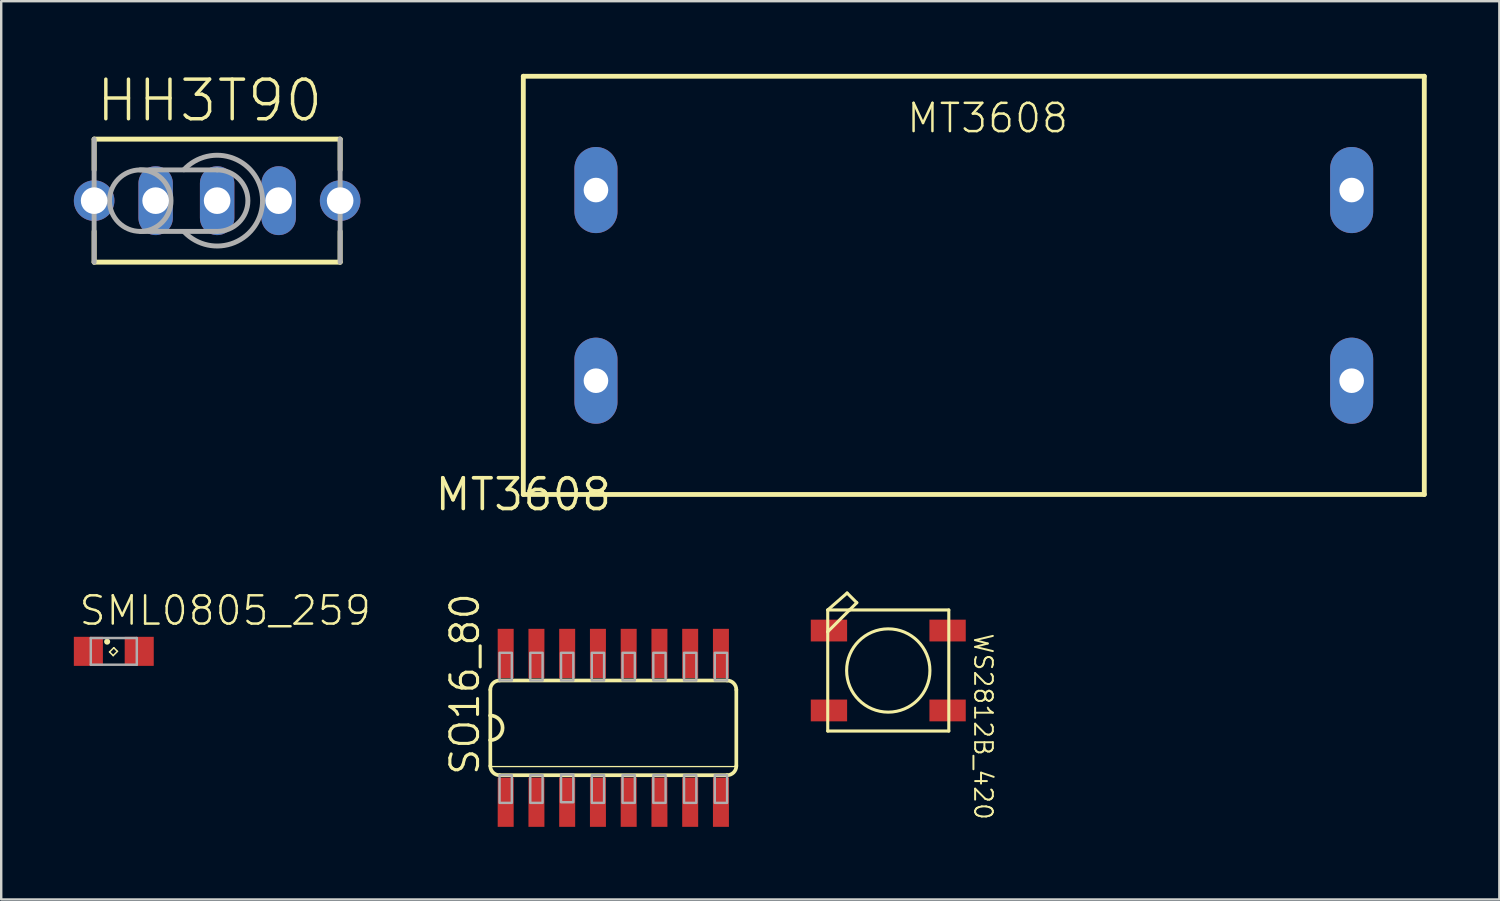
<source format=kicad_pcb>
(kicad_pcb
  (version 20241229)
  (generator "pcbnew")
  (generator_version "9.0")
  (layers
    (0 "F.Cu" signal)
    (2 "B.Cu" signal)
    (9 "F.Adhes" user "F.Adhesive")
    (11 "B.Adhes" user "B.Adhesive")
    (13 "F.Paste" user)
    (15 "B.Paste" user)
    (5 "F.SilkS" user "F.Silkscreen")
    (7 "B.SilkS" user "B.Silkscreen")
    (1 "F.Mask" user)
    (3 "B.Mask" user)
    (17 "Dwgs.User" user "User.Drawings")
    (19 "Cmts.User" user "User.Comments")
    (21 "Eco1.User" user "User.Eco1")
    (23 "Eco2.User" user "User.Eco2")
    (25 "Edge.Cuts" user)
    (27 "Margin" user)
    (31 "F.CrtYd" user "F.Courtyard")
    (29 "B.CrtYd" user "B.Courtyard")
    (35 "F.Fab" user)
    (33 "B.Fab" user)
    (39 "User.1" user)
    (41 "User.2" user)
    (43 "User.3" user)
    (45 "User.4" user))
  (footprint "HH3T90"
    (layer "F.Cu")
    (at 5.918 5.237)
    (property "Reference" "HH3T90" (at -5.08 -3.175 0) (unlocked yes) (layer "F.SilkS") (effects (font (size 1.636 1.636) (thickness 0.142)) (justify left bottom)))
    (fp_line (start -5.08 -2.54) (end 5.08 -2.54) (stroke (width 0.203) (type solid)) (layer "F.SilkS"))
    (fp_line (start -5.08 -1.27) (end -5.08 -2.54) (stroke (width 0.203) (type solid)) (layer "F.SilkS"))
    (fp_line (start -5.08 2.54) (end -5.08 1.27) (stroke (width 0.203) (type solid)) (layer "F.SilkS"))
    (fp_line (start 5.08 -2.54) (end 5.08 -1.27) (stroke (width 0.203) (type solid)) (layer "F.SilkS"))
    (fp_line (start 5.08 1.27) (end 5.08 2.54) (stroke (width 0.203) (type solid)) (layer "F.SilkS"))
    (fp_line (start 5.08 2.54) (end -5.08 2.54) (stroke (width 0.203) (type solid)) (layer "F.SilkS"))
    (fp_line (start -5.08 2.54) (end -5.08 -2.54) (stroke (width 0.203) (type solid)) (layer "F.Fab"))
    (fp_line (start -3.175 -1.27) (end 0 -1.27) (stroke (width 0.203) (type solid)) (layer "F.Fab"))
    (fp_line (start -3.175 1.27) (end 0 1.27) (stroke (width 0.203) (type solid)) (layer "F.Fab"))
    (fp_line (start 5.08 -2.54) (end 5.08 2.54) (stroke (width 0.203) (type solid)) (layer "F.Fab"))
    (fp_arc (start -1.375 -1.275) (mid 1.874583 -0.018928) (end -1.35 1.3) (stroke (width 0.2032) (type solid)) (layer "F.Fab"))
    (fp_arc (start 0 -1.27) (mid 1.27 0) (end 0 1.27) (stroke (width 0.2032) (type solid)) (layer "F.Fab"))
    (fp_circle (center -3.175 0) (end -1.905 0) (stroke (width 0.203) (type solid)) (fill no) (layer "F.Fab"))
    (pad "1" thru_hole oval (at -2.54 0 90) (size 2.845 1.422) (drill 1.1) (layers "*.Cu" "*.Mask"))
    (pad "2" thru_hole oval (at 0 0 90) (size 2.845 1.422) (drill 1.1) (layers "*.Cu" "*.Mask"))
    (pad "3" thru_hole oval (at 2.54 0 90) (size 2.845 1.422) (drill 1.1) (layers "*.Cu" "*.Mask"))
    (pad "M1" thru_hole circle (at -5.08 0 90) (size 1.676 1.676) (drill 1.1) (layers "*.Cu" "*.Mask"))
    (pad "M2" thru_hole circle (at 5.08 0 90) (size 1.676 1.676) (drill 1.1) (layers "*.Cu" "*.Mask")))
  (footprint "MT3608"
    (layer "F.Cu")
    (at 18.563 17.372)
    (property "Reference" "MT3608" (at 0 0 0) (layer "F.SilkS") (effects (font (size 1.27 1.27) (thickness 0.15))))
    (fp_line (start 0 -17.272) (end 0 0) (stroke (width 0.2) (type solid)) (layer "F.SilkS"))
    (fp_line (start 0 -17.272) (end 37.211 -17.272) (stroke (width 0.2) (type solid)) (layer "F.SilkS"))
    (fp_line (start 0 0) (end 37.211 0) (stroke (width 0.2) (type solid)) (layer "F.SilkS"))
    (fp_line (start 37.211 0) (end 37.211 -17.272) (stroke (width 0.2) (type solid)) (layer "F.SilkS"))
    (fp_text user "MT3608" (at 15.773 -14.859 0) (unlocked yes) (layer "F.SilkS") (effects (font (size 1.168 1.168) (thickness 0.102)) (justify left bottom)))
    (pad "5V" thru_hole oval (at 3 -12.573 90) (size 3.556 1.778) (drill 1.016) (layers "*.Cu" "*.Mask"))
    (pad "B+" thru_hole oval (at 34.211 -12.573 90) (size 3.556 1.778) (drill 1.016) (layers "*.Cu" "*.Mask"))
    (pad "B-" thru_hole oval (at 34.211 -4.699 90) (size 3.556 1.778) (drill 1.016) (layers "*.Cu" "*.Mask"))
    (pad "GND" thru_hole oval (at 3 -4.699 90) (size 3.556 1.778) (drill 1.016) (layers "*.Cu" "*.Mask")))
  (footprint "SML0805_259"
    (layer "F.Cu")
    (at 1.65 23.851)
    (property "Reference" "SML0805_259" (at -1.5 -1 0) (unlocked yes) (layer "F.SilkS") (effects (font (size 1.168 1.168) (thickness 0.102)) (justify left bottom)))
    (fp_line (start -0.175 0.025) (end 0 -0.15) (stroke (width 0.063) (type solid)) (layer "F.SilkS"))
    (fp_line (start -0.025 0.175) (end -0.175 0.025) (stroke (width 0.063) (type solid)) (layer "F.SilkS"))
    (fp_line (start 0 -0.15) (end 0.15 0) (stroke (width 0.063) (type solid)) (layer "F.SilkS"))
    (fp_line (start 0.15 0) (end -0.025 0.175) (stroke (width 0.063) (type solid)) (layer "F.SilkS"))
    (fp_circle (center -0.275 -0.4) (end -0.212 -0.4) (stroke (width 0.125) (type solid)) (fill yes) (layer "F.SilkS"))
    (fp_line (start -0.95 -0.55) (end -0.95 0.55) (stroke (width 0.102) (type solid)) (layer "F.Fab"))
    (fp_line (start -0.95 0.55) (end 0.95 0.55) (stroke (width 0.102) (type solid)) (layer "F.Fab"))
    (fp_line (start 0.95 -0.55) (end -0.95 -0.55) (stroke (width 0.102) (type solid)) (layer "F.Fab"))
    (fp_line (start 0.95 0.55) (end 0.95 -0.55) (stroke (width 0.102) (type solid)) (layer "F.Fab"))
    (pad "A" smd rect (at 1.05 0) (size 1.2 1.2) (layers "F.Cu" "F.Mask" "F.Paste"))
    (pad "C" smd rect (at -1.05 0) (size 1.2 1.2) (layers "F.Cu" "F.Mask" "F.Paste")))
  (footprint "WS2812B_420"
    (layer "F.Cu")
    (at 33.636 24.642)
    (property "Reference" "WS2812B_420" (at 3.493 -1.587 270) (unlocked yes) (layer "F.SilkS") (effects (font (size 0.732 0.732) (thickness 0.081)) (justify left bottom)))
    (fp_line (start -2.5 -2.5) (end -1.6 -2.5) (stroke (width 0.127) (type solid)) (layer "F.SilkS"))
    (fp_line (start -2.5 -1.6) (end -2.5 -2.5) (stroke (width 0.127) (type solid)) (layer "F.SilkS"))
    (fp_line (start -2.5 -1.6) (end -1.6 -2.5) (stroke (width 0.127) (type solid)) (layer "F.SilkS"))
    (fp_line (start -2.5 2.5) (end -2.5 -1.6) (stroke (width 0.127) (type solid)) (layer "F.SilkS"))
    (fp_line (start -1.7 -3.2) (end -2.5 -2.5) (stroke (width 0.127) (type solid)) (layer "F.SilkS"))
    (fp_line (start -1.6 -2.5) (end -1.3 -2.8) (stroke (width 0.127) (type solid)) (layer "F.SilkS"))
    (fp_line (start -1.6 -2.5) (end 2.5 -2.5) (stroke (width 0.127) (type solid)) (layer "F.SilkS"))
    (fp_line (start -1.3 -2.8) (end -1.7 -3.2) (stroke (width 0.127) (type solid)) (layer "F.SilkS"))
    (fp_line (start 2.5 -2.5) (end 2.5 2.5) (stroke (width 0.127) (type solid)) (layer "F.SilkS"))
    (fp_line (start 2.5 2.5) (end -2.5 2.5) (stroke (width 0.127) (type solid)) (layer "F.SilkS"))
    (fp_circle (center 0 0) (end 1.72 0) (stroke (width 0.127) (type solid)) (fill no) (layer "F.SilkS"))
    (pad "1-VDD" smd rect (at 2.45 1.65 180) (size 1.5 0.9) (layers "F.Cu" "F.Mask" "F.Paste"))
    (pad "2-DOUT" smd rect (at 2.45 -1.65 180) (size 1.5 0.9) (layers "F.Cu" "F.Mask" "F.Paste"))
    (pad "3-GND" smd rect (at -2.45 -1.65 180) (size 1.5 0.9) (layers "F.Cu" "F.Mask" "F.Paste"))
    (pad "4-DIN" smd rect (at -2.45 1.65 180) (size 1.5 0.9) (layers "F.Cu" "F.Mask" "F.Paste")))
  (footprint "SO16_80"
    (layer "F.Cu")
    (at 22.28 27.01)
    (property "Reference" "SO16_80" (at -5.461 2.032 90) (unlocked yes) (layer "F.SilkS") (effects (font (size 1.143 1.143) (thickness 0.127)) (justify left bottom)))
    (fp_line (start -5.08 -1.575) (end -5.08 -0.508) (stroke (width 0.152) (type solid)) (layer "F.SilkS"))
    (fp_line (start -5.08 -0.508) (end -5.08 0.508) (stroke (width 0.152) (type solid)) (layer "F.SilkS"))
    (fp_line (start -5.08 0.508) (end -5.08 1.575) (stroke (width 0.152) (type solid)) (layer "F.SilkS"))
    (fp_line (start -5.08 1.6) (end 5.08 1.6) (stroke (width 0.051) (type solid)) (layer "F.SilkS"))
    (fp_line (start -4.699 1.956) (end 4.699 1.956) (stroke (width 0.152) (type solid)) (layer "F.SilkS"))
    (fp_line (start 4.699 -1.956) (end -4.699 -1.956) (stroke (width 0.152) (type solid)) (layer "F.SilkS"))
    (fp_line (start 5.08 1.575) (end 5.08 -1.575) (stroke (width 0.152) (type solid)) (layer "F.SilkS"))
    (fp_arc (start -5.08 -1.5748) (mid -4.968408 -1.844208) (end -4.699 -1.9558) (stroke (width 0.1524) (type solid)) (layer "F.SilkS"))
    (fp_arc (start -5.08 -0.508) (mid -4.572 0) (end -5.08 0.508) (stroke (width 0.1524) (type solid)) (layer "F.SilkS"))
    (fp_arc (start -4.699 1.9558) (mid -4.968408 1.844208) (end -5.08 1.5748) (stroke (width 0.1524) (type solid)) (layer "F.SilkS"))
    (fp_arc (start 4.699 -1.9558) (mid 4.968408 -1.844208) (end 5.08 -1.5748) (stroke (width 0.1524) (type solid)) (layer "F.SilkS"))
    (fp_arc (start 5.08 1.5748) (mid 4.968408 1.844208) (end 4.699 1.9558) (stroke (width 0.1524) (type solid)) (layer "F.SilkS"))
    (fp_poly (pts (xy -4.699 -1.956) (xy -4.191 -1.956) (xy -4.191 -3.099) (xy -4.699 -3.099)) (stroke (width 0.1) (type default)) (fill no) (layer "F.Fab"))
    (fp_poly (pts (xy -4.699 3.099) (xy -4.191 3.099) (xy -4.191 1.956) (xy -4.699 1.956)) (stroke (width 0.1) (type default)) (fill no) (layer "F.Fab"))
    (fp_poly (pts (xy -3.429 -1.956) (xy -2.921 -1.956) (xy -2.921 -3.099) (xy -3.429 -3.099)) (stroke (width 0.1) (type default)) (fill no) (layer "F.Fab"))
    (fp_poly (pts (xy -3.429 3.099) (xy -2.921 3.099) (xy -2.921 1.956) (xy -3.429 1.956)) (stroke (width 0.1) (type default)) (fill no) (layer "F.Fab"))
    (fp_poly (pts (xy -2.159 -1.956) (xy -1.651 -1.956) (xy -1.651 -3.099) (xy -2.159 -3.099)) (stroke (width 0.1) (type default)) (fill no) (layer "F.Fab"))
    (fp_poly (pts (xy -2.159 3.073) (xy -1.651 3.073) (xy -1.651 1.93) (xy -2.159 1.93)) (stroke (width 0.1) (type default)) (fill no) (layer "F.Fab"))
    (fp_poly (pts (xy -0.889 -1.956) (xy -0.381 -1.956) (xy -0.381 -3.099) (xy -0.889 -3.099)) (stroke (width 0.1) (type default)) (fill no) (layer "F.Fab"))
    (fp_poly (pts (xy -0.889 3.099) (xy -0.381 3.099) (xy -0.381 1.956) (xy -0.889 1.956)) (stroke (width 0.1) (type default)) (fill no) (layer "F.Fab"))
    (fp_poly (pts (xy 0.381 -1.956) (xy 0.889 -1.956) (xy 0.889 -3.099) (xy 0.381 -3.099)) (stroke (width 0.1) (type default)) (fill no) (layer "F.Fab"))
    (fp_poly (pts (xy 0.381 3.099) (xy 0.889 3.099) (xy 0.889 1.956) (xy 0.381 1.956)) (stroke (width 0.1) (type default)) (fill no) (layer "F.Fab"))
    (fp_poly (pts (xy 1.651 -1.956) (xy 2.159 -1.956) (xy 2.159 -3.099) (xy 1.651 -3.099)) (stroke (width 0.1) (type default)) (fill no) (layer "F.Fab"))
    (fp_poly (pts (xy 1.651 3.099) (xy 2.159 3.099) (xy 2.159 1.956) (xy 1.651 1.956)) (stroke (width 0.1) (type default)) (fill no) (layer "F.Fab"))
    (fp_poly (pts (xy 2.921 -1.956) (xy 3.429 -1.956) (xy 3.429 -3.099) (xy 2.921 -3.099)) (stroke (width 0.1) (type default)) (fill no) (layer "F.Fab"))
    (fp_poly (pts (xy 2.921 3.099) (xy 3.429 3.099) (xy 3.429 1.956) (xy 2.921 1.956)) (stroke (width 0.1) (type default)) (fill no) (layer "F.Fab"))
    (fp_poly (pts (xy 4.191 -1.956) (xy 4.699 -1.956) (xy 4.699 -3.099) (xy 4.191 -3.099)) (stroke (width 0.1) (type default)) (fill no) (layer "F.Fab"))
    (fp_poly (pts (xy 4.191 3.099) (xy 4.699 3.099) (xy 4.699 1.956) (xy 4.191 1.956)) (stroke (width 0.1) (type default)) (fill no) (layer "F.Fab"))
    (pad "1" smd rect (at -4.445 3.073) (size 0.66 2.032) (layers "F.Cu" "F.Mask" "F.Paste"))
    (pad "2" smd rect (at -3.175 3.073) (size 0.66 2.032) (layers "F.Cu" "F.Mask" "F.Paste"))
    (pad "3" smd rect (at -1.905 3.073) (size 0.66 2.032) (layers "F.Cu" "F.Mask" "F.Paste"))
    (pad "4" smd rect (at -0.635 3.073) (size 0.66 2.032) (layers "F.Cu" "F.Mask" "F.Paste"))
    (pad "5" smd rect (at 0.635 3.073) (size 0.66 2.032) (layers "F.Cu" "F.Mask" "F.Paste"))
    (pad "6" smd rect (at 1.905 3.073) (size 0.66 2.032) (layers "F.Cu" "F.Mask" "F.Paste"))
    (pad "7" smd rect (at 3.175 3.073) (size 0.66 2.032) (layers "F.Cu" "F.Mask" "F.Paste"))
    (pad "8" smd rect (at 4.445 3.073) (size 0.66 2.032) (layers "F.Cu" "F.Mask" "F.Paste"))
    (pad "9" smd rect (at 4.445 -3.073) (size 0.66 2.032) (layers "F.Cu" "F.Mask" "F.Paste"))
    (pad "10" smd rect (at 3.175 -3.073) (size 0.66 2.032) (layers "F.Cu" "F.Mask" "F.Paste"))
    (pad "11" smd rect (at 1.905 -3.073) (size 0.66 2.032) (layers "F.Cu" "F.Mask" "F.Paste"))
    (pad "12" smd rect (at 0.635 -3.073) (size 0.66 2.032) (layers "F.Cu" "F.Mask" "F.Paste"))
    (pad "13" smd rect (at -0.635 -3.073) (size 0.66 2.032) (layers "F.Cu" "F.Mask" "F.Paste"))
    (pad "14" smd rect (at -1.905 -3.073) (size 0.66 2.032) (layers "F.Cu" "F.Mask" "F.Paste"))
    (pad "15" smd rect (at -3.175 -3.073) (size 0.66 2.032) (layers "F.Cu" "F.Mask" "F.Paste"))
    (pad "16" smd rect (at -4.445 -3.073) (size 0.66 2.032) (layers "F.Cu" "F.Mask" "F.Paste")))
  (gr_rect
    (start -3 -3)
    (end 58.874 34.099)
    (stroke (width 0.1) (type default))
    (fill no)
    (layer "Edge.Cuts")))
</source>
